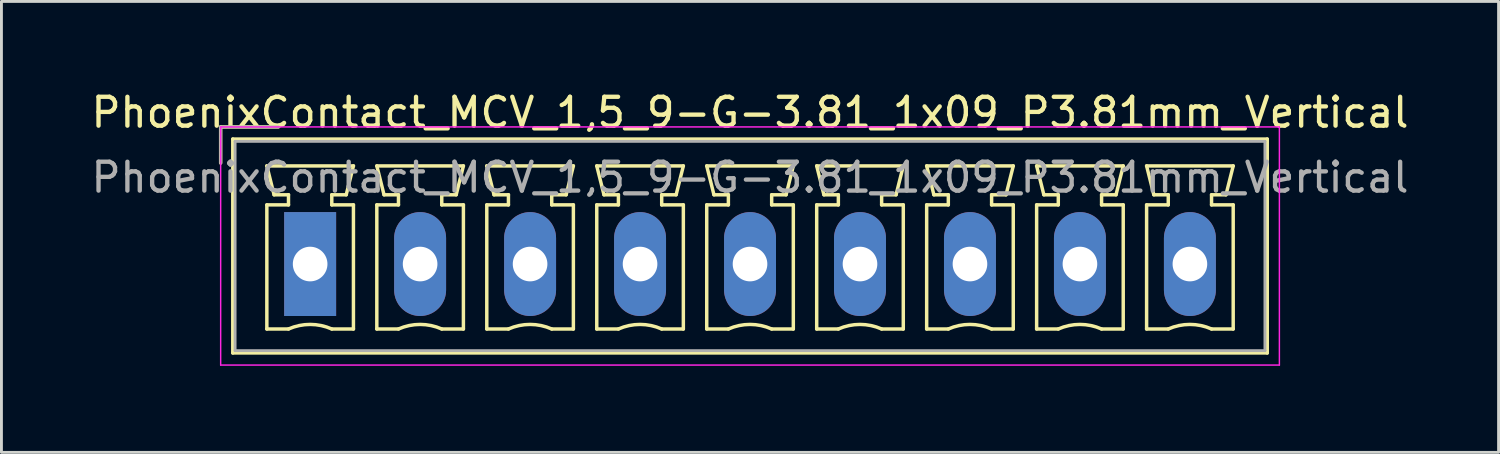
<source format=kicad_pcb>
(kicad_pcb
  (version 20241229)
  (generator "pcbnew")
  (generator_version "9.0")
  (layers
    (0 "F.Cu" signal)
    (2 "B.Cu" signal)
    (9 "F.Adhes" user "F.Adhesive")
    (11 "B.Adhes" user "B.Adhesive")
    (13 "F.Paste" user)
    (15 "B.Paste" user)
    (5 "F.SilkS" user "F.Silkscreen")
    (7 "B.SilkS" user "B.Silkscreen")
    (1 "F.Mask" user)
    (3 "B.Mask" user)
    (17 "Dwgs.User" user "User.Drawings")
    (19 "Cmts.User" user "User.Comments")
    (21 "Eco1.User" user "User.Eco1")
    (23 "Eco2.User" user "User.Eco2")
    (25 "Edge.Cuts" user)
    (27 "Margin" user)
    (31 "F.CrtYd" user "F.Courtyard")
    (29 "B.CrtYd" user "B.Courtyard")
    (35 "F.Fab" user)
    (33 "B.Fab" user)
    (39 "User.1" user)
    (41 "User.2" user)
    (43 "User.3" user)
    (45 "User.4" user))
  (footprint "PhoenixContact_MCV_1,5_9-G-3.81_1x09_P3.81mm_Vertical"
    (layer "F.Cu")
    (at 7.695 6.098)
    (property "Reference" "PhoenixContact_MCV_1,5_9-G-3.81_1x09_P3.81mm_Vertical" (at 15.24 -5.25 0) (layer "F.SilkS") (effects (font (size 1 1) (thickness 0.15))))
    (attr through_hole)
    (fp_line (start -3.1 -4.75) (end -1.1 -4.75) (stroke (width 0.12) (type solid)) (layer "F.SilkS"))
    (fp_line (start -3.1 -3.5) (end -3.1 -4.75) (stroke (width 0.12) (type solid)) (layer "F.SilkS"))
    (fp_line (start -2.68 -4.33) (end -2.68 3.08) (stroke (width 0.12) (type solid)) (layer "F.SilkS"))
    (fp_line (start -2.68 3.08) (end 33.16 3.08) (stroke (width 0.12) (type solid)) (layer "F.SilkS"))
    (fp_line (start -1.5 -3.4) (end 1.5 -3.4) (stroke (width 0.12) (type solid)) (layer "F.SilkS"))
    (fp_line (start -1.5 -2.05) (end -0.75 -2.05) (stroke (width 0.12) (type solid)) (layer "F.SilkS"))
    (fp_line (start -1.5 2.25) (end -1.5 -2.05) (stroke (width 0.12) (type solid)) (layer "F.SilkS"))
    (fp_line (start -1.25 -2.4) (end -1.5 -3.4) (stroke (width 0.12) (type solid)) (layer "F.SilkS"))
    (fp_line (start -0.75 -2.4) (end -1.25 -2.4) (stroke (width 0.12) (type solid)) (layer "F.SilkS"))
    (fp_line (start -0.75 -2.05) (end -0.75 -2.4) (stroke (width 0.12) (type solid)) (layer "F.SilkS"))
    (fp_line (start -0.75 2.25) (end -1.5 2.25) (stroke (width 0.12) (type solid)) (layer "F.SilkS"))
    (fp_line (start 0.75 -2.4) (end 0.75 -2.05) (stroke (width 0.12) (type solid)) (layer "F.SilkS"))
    (fp_line (start 0.75 -2.05) (end 1.5 -2.05) (stroke (width 0.12) (type solid)) (layer "F.SilkS"))
    (fp_line (start 1.25 -2.4) (end 0.75 -2.4) (stroke (width 0.12) (type solid)) (layer "F.SilkS"))
    (fp_line (start 1.5 -3.4) (end 1.25 -2.4) (stroke (width 0.12) (type solid)) (layer "F.SilkS"))
    (fp_line (start 1.5 -2.05) (end 1.5 2.25) (stroke (width 0.12) (type solid)) (layer "F.SilkS"))
    (fp_line (start 1.5 2.25) (end 0.75 2.25) (stroke (width 0.12) (type solid)) (layer "F.SilkS"))
    (fp_line (start 2.31 -3.4) (end 5.31 -3.4) (stroke (width 0.12) (type solid)) (layer "F.SilkS"))
    (fp_line (start 2.31 -2.05) (end 3.06 -2.05) (stroke (width 0.12) (type solid)) (layer "F.SilkS"))
    (fp_line (start 2.31 2.25) (end 2.31 -2.05) (stroke (width 0.12) (type solid)) (layer "F.SilkS"))
    (fp_line (start 2.56 -2.4) (end 2.31 -3.4) (stroke (width 0.12) (type solid)) (layer "F.SilkS"))
    (fp_line (start 3.06 -2.4) (end 2.56 -2.4) (stroke (width 0.12) (type solid)) (layer "F.SilkS"))
    (fp_line (start 3.06 -2.05) (end 3.06 -2.4) (stroke (width 0.12) (type solid)) (layer "F.SilkS"))
    (fp_line (start 3.06 2.25) (end 2.31 2.25) (stroke (width 0.12) (type solid)) (layer "F.SilkS"))
    (fp_line (start 4.56 -2.4) (end 4.56 -2.05) (stroke (width 0.12) (type solid)) (layer "F.SilkS"))
    (fp_line (start 4.56 -2.05) (end 5.31 -2.05) (stroke (width 0.12) (type solid)) (layer "F.SilkS"))
    (fp_line (start 5.06 -2.4) (end 4.56 -2.4) (stroke (width 0.12) (type solid)) (layer "F.SilkS"))
    (fp_line (start 5.31 -3.4) (end 5.06 -2.4) (stroke (width 0.12) (type solid)) (layer "F.SilkS"))
    (fp_line (start 5.31 -2.05) (end 5.31 2.25) (stroke (width 0.12) (type solid)) (layer "F.SilkS"))
    (fp_line (start 5.31 2.25) (end 4.56 2.25) (stroke (width 0.12) (type solid)) (layer "F.SilkS"))
    (fp_line (start 6.12 -3.4) (end 9.12 -3.4) (stroke (width 0.12) (type solid)) (layer "F.SilkS"))
    (fp_line (start 6.12 -2.05) (end 6.87 -2.05) (stroke (width 0.12) (type solid)) (layer "F.SilkS"))
    (fp_line (start 6.12 2.25) (end 6.12 -2.05) (stroke (width 0.12) (type solid)) (layer "F.SilkS"))
    (fp_line (start 6.37 -2.4) (end 6.12 -3.4) (stroke (width 0.12) (type solid)) (layer "F.SilkS"))
    (fp_line (start 6.87 -2.4) (end 6.37 -2.4) (stroke (width 0.12) (type solid)) (layer "F.SilkS"))
    (fp_line (start 6.87 -2.05) (end 6.87 -2.4) (stroke (width 0.12) (type solid)) (layer "F.SilkS"))
    (fp_line (start 6.87 2.25) (end 6.12 2.25) (stroke (width 0.12) (type solid)) (layer "F.SilkS"))
    (fp_line (start 8.37 -2.4) (end 8.37 -2.05) (stroke (width 0.12) (type solid)) (layer "F.SilkS"))
    (fp_line (start 8.37 -2.05) (end 9.12 -2.05) (stroke (width 0.12) (type solid)) (layer "F.SilkS"))
    (fp_line (start 8.87 -2.4) (end 8.37 -2.4) (stroke (width 0.12) (type solid)) (layer "F.SilkS"))
    (fp_line (start 9.12 -3.4) (end 8.87 -2.4) (stroke (width 0.12) (type solid)) (layer "F.SilkS"))
    (fp_line (start 9.12 -2.05) (end 9.12 2.25) (stroke (width 0.12) (type solid)) (layer "F.SilkS"))
    (fp_line (start 9.12 2.25) (end 8.37 2.25) (stroke (width 0.12) (type solid)) (layer "F.SilkS"))
    (fp_line (start 9.93 -3.4) (end 12.93 -3.4) (stroke (width 0.12) (type solid)) (layer "F.SilkS"))
    (fp_line (start 9.93 -2.05) (end 10.68 -2.05) (stroke (width 0.12) (type solid)) (layer "F.SilkS"))
    (fp_line (start 9.93 2.25) (end 9.93 -2.05) (stroke (width 0.12) (type solid)) (layer "F.SilkS"))
    (fp_line (start 10.18 -2.4) (end 9.93 -3.4) (stroke (width 0.12) (type solid)) (layer "F.SilkS"))
    (fp_line (start 10.68 -2.4) (end 10.18 -2.4) (stroke (width 0.12) (type solid)) (layer "F.SilkS"))
    (fp_line (start 10.68 -2.05) (end 10.68 -2.4) (stroke (width 0.12) (type solid)) (layer "F.SilkS"))
    (fp_line (start 10.68 2.25) (end 9.93 2.25) (stroke (width 0.12) (type solid)) (layer "F.SilkS"))
    (fp_line (start 12.18 -2.4) (end 12.18 -2.05) (stroke (width 0.12) (type solid)) (layer "F.SilkS"))
    (fp_line (start 12.18 -2.05) (end 12.93 -2.05) (stroke (width 0.12) (type solid)) (layer "F.SilkS"))
    (fp_line (start 12.68 -2.4) (end 12.18 -2.4) (stroke (width 0.12) (type solid)) (layer "F.SilkS"))
    (fp_line (start 12.93 -3.4) (end 12.68 -2.4) (stroke (width 0.12) (type solid)) (layer "F.SilkS"))
    (fp_line (start 12.93 -2.05) (end 12.93 2.25) (stroke (width 0.12) (type solid)) (layer "F.SilkS"))
    (fp_line (start 12.93 2.25) (end 12.18 2.25) (stroke (width 0.12) (type solid)) (layer "F.SilkS"))
    (fp_line (start 13.74 -3.4) (end 16.74 -3.4) (stroke (width 0.12) (type solid)) (layer "F.SilkS"))
    (fp_line (start 13.74 -2.05) (end 14.49 -2.05) (stroke (width 0.12) (type solid)) (layer "F.SilkS"))
    (fp_line (start 13.74 2.25) (end 13.74 -2.05) (stroke (width 0.12) (type solid)) (layer "F.SilkS"))
    (fp_line (start 13.99 -2.4) (end 13.74 -3.4) (stroke (width 0.12) (type solid)) (layer "F.SilkS"))
    (fp_line (start 14.49 -2.4) (end 13.99 -2.4) (stroke (width 0.12) (type solid)) (layer "F.SilkS"))
    (fp_line (start 14.49 -2.05) (end 14.49 -2.4) (stroke (width 0.12) (type solid)) (layer "F.SilkS"))
    (fp_line (start 14.49 2.25) (end 13.74 2.25) (stroke (width 0.12) (type solid)) (layer "F.SilkS"))
    (fp_line (start 15.99 -2.4) (end 15.99 -2.05) (stroke (width 0.12) (type solid)) (layer "F.SilkS"))
    (fp_line (start 15.99 -2.05) (end 16.74 -2.05) (stroke (width 0.12) (type solid)) (layer "F.SilkS"))
    (fp_line (start 16.49 -2.4) (end 15.99 -2.4) (stroke (width 0.12) (type solid)) (layer "F.SilkS"))
    (fp_line (start 16.74 -3.4) (end 16.49 -2.4) (stroke (width 0.12) (type solid)) (layer "F.SilkS"))
    (fp_line (start 16.74 -2.05) (end 16.74 2.25) (stroke (width 0.12) (type solid)) (layer "F.SilkS"))
    (fp_line (start 16.74 2.25) (end 15.99 2.25) (stroke (width 0.12) (type solid)) (layer "F.SilkS"))
    (fp_line (start 17.55 -3.4) (end 20.55 -3.4) (stroke (width 0.12) (type solid)) (layer "F.SilkS"))
    (fp_line (start 17.55 -2.05) (end 18.3 -2.05) (stroke (width 0.12) (type solid)) (layer "F.SilkS"))
    (fp_line (start 17.55 2.25) (end 17.55 -2.05) (stroke (width 0.12) (type solid)) (layer "F.SilkS"))
    (fp_line (start 17.8 -2.4) (end 17.55 -3.4) (stroke (width 0.12) (type solid)) (layer "F.SilkS"))
    (fp_line (start 18.3 -2.4) (end 17.8 -2.4) (stroke (width 0.12) (type solid)) (layer "F.SilkS"))
    (fp_line (start 18.3 -2.05) (end 18.3 -2.4) (stroke (width 0.12) (type solid)) (layer "F.SilkS"))
    (fp_line (start 18.3 2.25) (end 17.55 2.25) (stroke (width 0.12) (type solid)) (layer "F.SilkS"))
    (fp_line (start 19.8 -2.4) (end 19.8 -2.05) (stroke (width 0.12) (type solid)) (layer "F.SilkS"))
    (fp_line (start 19.8 -2.05) (end 20.55 -2.05) (stroke (width 0.12) (type solid)) (layer "F.SilkS"))
    (fp_line (start 20.3 -2.4) (end 19.8 -2.4) (stroke (width 0.12) (type solid)) (layer "F.SilkS"))
    (fp_line (start 20.55 -3.4) (end 20.3 -2.4) (stroke (width 0.12) (type solid)) (layer "F.SilkS"))
    (fp_line (start 20.55 -2.05) (end 20.55 2.25) (stroke (width 0.12) (type solid)) (layer "F.SilkS"))
    (fp_line (start 20.55 2.25) (end 19.8 2.25) (stroke (width 0.12) (type solid)) (layer "F.SilkS"))
    (fp_line (start 21.36 -3.4) (end 24.36 -3.4) (stroke (width 0.12) (type solid)) (layer "F.SilkS"))
    (fp_line (start 21.36 -2.05) (end 22.11 -2.05) (stroke (width 0.12) (type solid)) (layer "F.SilkS"))
    (fp_line (start 21.36 2.25) (end 21.36 -2.05) (stroke (width 0.12) (type solid)) (layer "F.SilkS"))
    (fp_line (start 21.61 -2.4) (end 21.36 -3.4) (stroke (width 0.12) (type solid)) (layer "F.SilkS"))
    (fp_line (start 22.11 -2.4) (end 21.61 -2.4) (stroke (width 0.12) (type solid)) (layer "F.SilkS"))
    (fp_line (start 22.11 -2.05) (end 22.11 -2.4) (stroke (width 0.12) (type solid)) (layer "F.SilkS"))
    (fp_line (start 22.11 2.25) (end 21.36 2.25) (stroke (width 0.12) (type solid)) (layer "F.SilkS"))
    (fp_line (start 23.61 -2.4) (end 23.61 -2.05) (stroke (width 0.12) (type solid)) (layer "F.SilkS"))
    (fp_line (start 23.61 -2.05) (end 24.36 -2.05) (stroke (width 0.12) (type solid)) (layer "F.SilkS"))
    (fp_line (start 24.11 -2.4) (end 23.61 -2.4) (stroke (width 0.12) (type solid)) (layer "F.SilkS"))
    (fp_line (start 24.36 -3.4) (end 24.11 -2.4) (stroke (width 0.12) (type solid)) (layer "F.SilkS"))
    (fp_line (start 24.36 -2.05) (end 24.36 2.25) (stroke (width 0.12) (type solid)) (layer "F.SilkS"))
    (fp_line (start 24.36 2.25) (end 23.61 2.25) (stroke (width 0.12) (type solid)) (layer "F.SilkS"))
    (fp_line (start 25.17 -3.4) (end 28.17 -3.4) (stroke (width 0.12) (type solid)) (layer "F.SilkS"))
    (fp_line (start 25.17 -2.05) (end 25.92 -2.05) (stroke (width 0.12) (type solid)) (layer "F.SilkS"))
    (fp_line (start 25.17 2.25) (end 25.17 -2.05) (stroke (width 0.12) (type solid)) (layer "F.SilkS"))
    (fp_line (start 25.42 -2.4) (end 25.17 -3.4) (stroke (width 0.12) (type solid)) (layer "F.SilkS"))
    (fp_line (start 25.92 -2.4) (end 25.42 -2.4) (stroke (width 0.12) (type solid)) (layer "F.SilkS"))
    (fp_line (start 25.92 -2.05) (end 25.92 -2.4) (stroke (width 0.12) (type solid)) (layer "F.SilkS"))
    (fp_line (start 25.92 2.25) (end 25.17 2.25) (stroke (width 0.12) (type solid)) (layer "F.SilkS"))
    (fp_line (start 27.42 -2.4) (end 27.42 -2.05) (stroke (width 0.12) (type solid)) (layer "F.SilkS"))
    (fp_line (start 27.42 -2.05) (end 28.17 -2.05) (stroke (width 0.12) (type solid)) (layer "F.SilkS"))
    (fp_line (start 27.92 -2.4) (end 27.42 -2.4) (stroke (width 0.12) (type solid)) (layer "F.SilkS"))
    (fp_line (start 28.17 -3.4) (end 27.92 -2.4) (stroke (width 0.12) (type solid)) (layer "F.SilkS"))
    (fp_line (start 28.17 -2.05) (end 28.17 2.25) (stroke (width 0.12) (type solid)) (layer "F.SilkS"))
    (fp_line (start 28.17 2.25) (end 27.42 2.25) (stroke (width 0.12) (type solid)) (layer "F.SilkS"))
    (fp_line (start 28.98 -3.4) (end 31.98 -3.4) (stroke (width 0.12) (type solid)) (layer "F.SilkS"))
    (fp_line (start 28.98 -2.05) (end 29.73 -2.05) (stroke (width 0.12) (type solid)) (layer "F.SilkS"))
    (fp_line (start 28.98 2.25) (end 28.98 -2.05) (stroke (width 0.12) (type solid)) (layer "F.SilkS"))
    (fp_line (start 29.23 -2.4) (end 28.98 -3.4) (stroke (width 0.12) (type solid)) (layer "F.SilkS"))
    (fp_line (start 29.73 -2.4) (end 29.23 -2.4) (stroke (width 0.12) (type solid)) (layer "F.SilkS"))
    (fp_line (start 29.73 -2.05) (end 29.73 -2.4) (stroke (width 0.12) (type solid)) (layer "F.SilkS"))
    (fp_line (start 29.73 2.25) (end 28.98 2.25) (stroke (width 0.12) (type solid)) (layer "F.SilkS"))
    (fp_line (start 31.23 -2.4) (end 31.23 -2.05) (stroke (width 0.12) (type solid)) (layer "F.SilkS"))
    (fp_line (start 31.23 -2.05) (end 31.98 -2.05) (stroke (width 0.12) (type solid)) (layer "F.SilkS"))
    (fp_line (start 31.73 -2.4) (end 31.23 -2.4) (stroke (width 0.12) (type solid)) (layer "F.SilkS"))
    (fp_line (start 31.98 -3.4) (end 31.73 -2.4) (stroke (width 0.12) (type solid)) (layer "F.SilkS"))
    (fp_line (start 31.98 -2.05) (end 31.98 2.25) (stroke (width 0.12) (type solid)) (layer "F.SilkS"))
    (fp_line (start 31.98 2.25) (end 31.23 2.25) (stroke (width 0.12) (type solid)) (layer "F.SilkS"))
    (fp_line (start 33.16 -4.33) (end -2.68 -4.33) (stroke (width 0.12) (type solid)) (layer "F.SilkS"))
    (fp_line (start 33.16 3.08) (end 33.16 -4.33) (stroke (width 0.12) (type solid)) (layer "F.SilkS"))
    (fp_arc (start -0.75 2.25) (mid -0.000193 2.09191) (end 0.749647 2.249844) (stroke (width 0.12) (type solid)) (layer "F.SilkS"))
    (fp_arc (start 3.06 2.25) (mid 3.809807 2.09191) (end 4.559647 2.249844) (stroke (width 0.12) (type solid)) (layer "F.SilkS"))
    (fp_arc (start 6.87 2.25) (mid 7.619807 2.09191) (end 8.369647 2.249844) (stroke (width 0.12) (type solid)) (layer "F.SilkS"))
    (fp_arc (start 10.68 2.25) (mid 11.429807 2.09191) (end 12.179647 2.249844) (stroke (width 0.12) (type solid)) (layer "F.SilkS"))
    (fp_arc (start 14.49 2.25) (mid 15.239807 2.09191) (end 15.989647 2.249844) (stroke (width 0.12) (type solid)) (layer "F.SilkS"))
    (fp_arc (start 18.3 2.25) (mid 19.049807 2.09191) (end 19.799647 2.249844) (stroke (width 0.12) (type solid)) (layer "F.SilkS"))
    (fp_arc (start 22.11 2.25) (mid 22.859807 2.09191) (end 23.609647 2.249844) (stroke (width 0.12) (type solid)) (layer "F.SilkS"))
    (fp_arc (start 25.92 2.25) (mid 26.669807 2.09191) (end 27.419647 2.249844) (stroke (width 0.12) (type solid)) (layer "F.SilkS"))
    (fp_arc (start 29.73 2.25) (mid 30.479807 2.09191) (end 31.229647 2.249844) (stroke (width 0.12) (type solid)) (layer "F.SilkS"))
    (fp_line (start -3.1 -4.75) (end -3.1 3.5) (stroke (width 0.05) (type solid)) (layer "F.CrtYd"))
    (fp_line (start -3.1 3.5) (end 33.58 3.5) (stroke (width 0.05) (type solid)) (layer "F.CrtYd"))
    (fp_line (start 33.58 -4.75) (end -3.1 -4.75) (stroke (width 0.05) (type solid)) (layer "F.CrtYd"))
    (fp_line (start 33.58 3.5) (end 33.58 -4.75) (stroke (width 0.05) (type solid)) (layer "F.CrtYd"))
    (fp_line (start -3.1 -4.75) (end -1.1 -4.75) (stroke (width 0.1) (type solid)) (layer "F.Fab"))
    (fp_line (start -3.1 -3.5) (end -3.1 -4.75) (stroke (width 0.1) (type solid)) (layer "F.Fab"))
    (fp_line (start -2.6 -4.25) (end -2.6 3) (stroke (width 0.1) (type solid)) (layer "F.Fab"))
    (fp_line (start -2.6 3) (end 33.08 3) (stroke (width 0.1) (type solid)) (layer "F.Fab"))
    (fp_line (start 33.08 -4.25) (end -2.6 -4.25) (stroke (width 0.1) (type solid)) (layer "F.Fab"))
    (fp_line (start 33.08 3) (end 33.08 -4.25) (stroke (width 0.1) (type solid)) (layer "F.Fab"))
    (fp_text user "${REFERENCE}" (at 15.24 -3 0) (layer "F.Fab") (effects (font (size 1 1) (thickness 0.15))))
    (pad "1" thru_hole rect (at 0 0) (size 1.8 3.6) (drill 1.2) (layers "*.Cu" "*.Mask"))
    (pad "2" thru_hole oval (at 3.81 0) (size 1.8 3.6) (drill 1.2) (layers "*.Cu" "*.Mask"))
    (pad "3" thru_hole oval (at 7.62 0) (size 1.8 3.6) (drill 1.2) (layers "*.Cu" "*.Mask"))
    (pad "4" thru_hole oval (at 11.43 0) (size 1.8 3.6) (drill 1.2) (layers "*.Cu" "*.Mask"))
    (pad "5" thru_hole oval (at 15.24 0) (size 1.8 3.6) (drill 1.2) (layers "*.Cu" "*.Mask"))
    (pad "6" thru_hole oval (at 19.05 0) (size 1.8 3.6) (drill 1.2) (layers "*.Cu" "*.Mask"))
    (pad "7" thru_hole oval (at 22.86 0) (size 1.8 3.6) (drill 1.2) (layers "*.Cu" "*.Mask"))
    (pad "8" thru_hole oval (at 26.67 0) (size 1.8 3.6) (drill 1.2) (layers "*.Cu" "*.Mask"))
    (pad "9" thru_hole oval (at 30.48 0) (size 1.8 3.6) (drill 1.2) (layers "*.Cu" "*.Mask")))
  (gr_rect
    (start -3 -3)
    (end 48.869 12.623)
    (stroke (width 0.1) (type default))
    (fill no)
    (layer "Edge.Cuts")))
</source>
